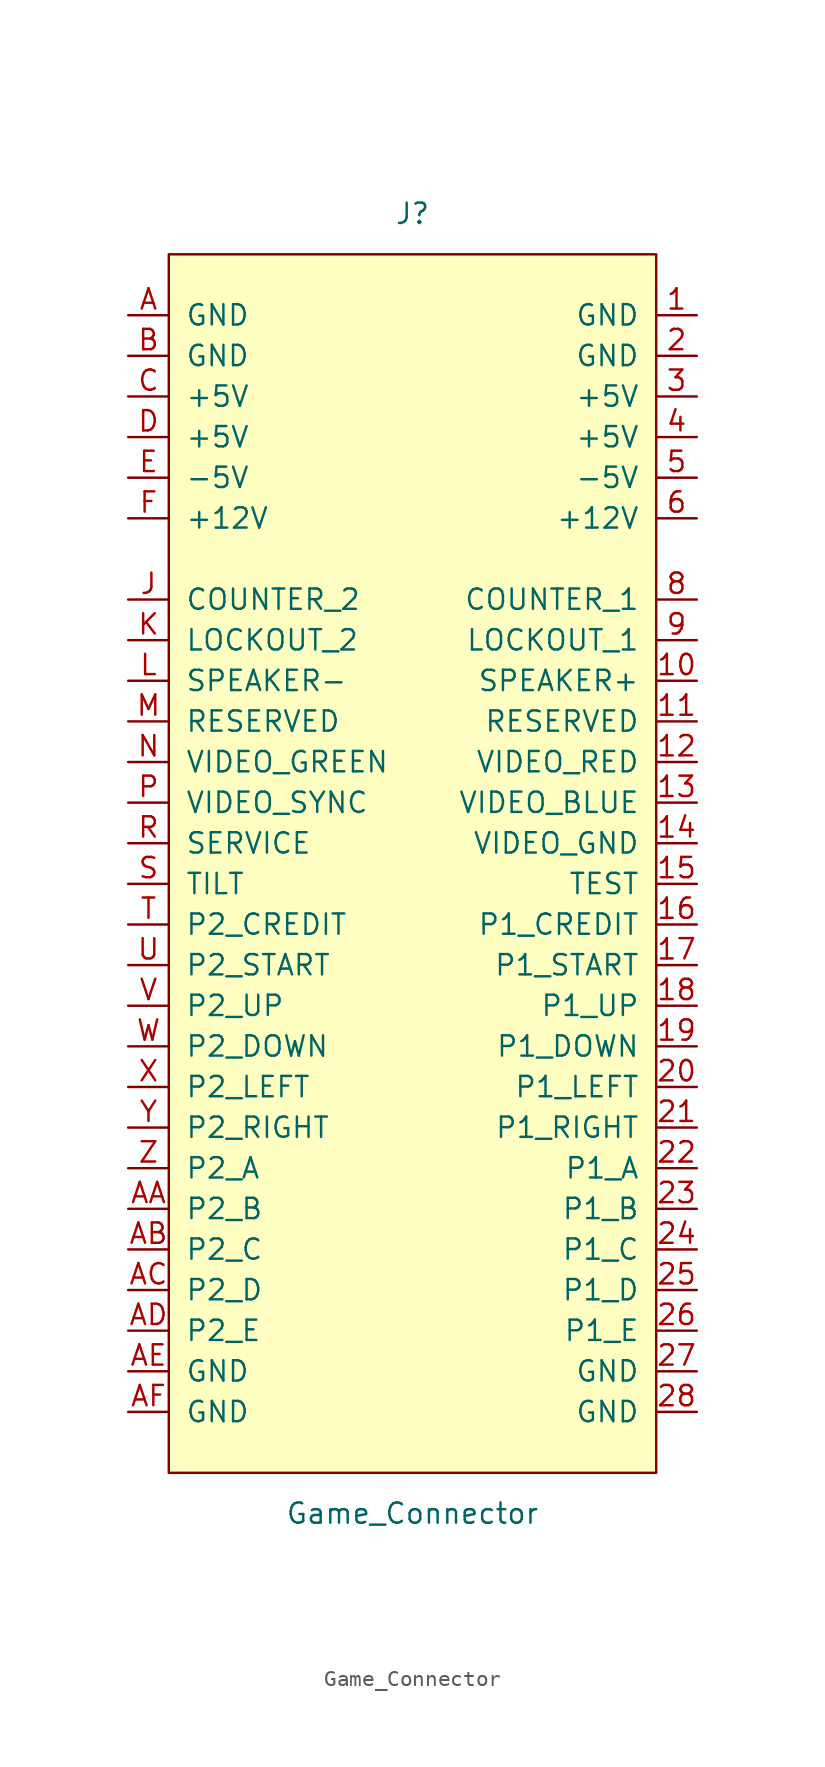
<source format=kicad_sym>
(kicad_symbol_lib
  (version 20211014)
  (generator kicad_symbol_editor)
  (symbol "Game_Connector"
    (pin_names
      (offset 1.016))
    (property "Reference" "J"
      (at 0 36.83 0)
      (effects (font (size 1.27 1.27))))
    (property "Value" "Game_Connector"
      (at 0 -44.45 0)
      (effects (font (size 1.27 1.27))))
    (symbol "Game_Connector_0_1"
      (rectangle (start -15.24 34.29) (end 15.24 -41.91) (stroke (width 0) (type default) (color 0 0 0 0)) (fill (type background))))
    (symbol "Game_Connector_1_1"
      (pin passive line (at 17.78 30.48 180) (length 2.54) (name "GND" (effects (font (size 1.27 1.27)))) (number "1" (effects (font (size 1.27 1.27)))))
      (pin passive line (at 17.78 7.62 180) (length 2.54) (name "SPEAKER+" (effects (font (size 1.27 1.27)))) (number "10" (effects (font (size 1.27 1.27)))))
      (pin passive line (at 17.78 5.08 180) (length 2.54) (name "RESERVED" (effects (font (size 1.27 1.27)))) (number "11" (effects (font (size 1.27 1.27)))))
      (pin passive line (at 17.78 2.54 180) (length 2.54) (name "VIDEO_RED" (effects (font (size 1.27 1.27)))) (number "12" (effects (font (size 1.27 1.27)))))
      (pin passive line (at 17.78 0 180) (length 2.54) (name "VIDEO_BLUE" (effects (font (size 1.27 1.27)))) (number "13" (effects (font (size 1.27 1.27)))))
      (pin passive line (at 17.78 -2.54 180) (length 2.54) (name "VIDEO_GND" (effects (font (size 1.27 1.27)))) (number "14" (effects (font (size 1.27 1.27)))))
      (pin passive line (at 17.78 -5.08 180) (length 2.54) (name "TEST" (effects (font (size 1.27 1.27)))) (number "15" (effects (font (size 1.27 1.27)))))
      (pin passive line (at 17.78 -7.62 180) (length 2.54) (name "P1_CREDIT" (effects (font (size 1.27 1.27)))) (number "16" (effects (font (size 1.27 1.27)))))
      (pin passive line (at 17.78 -10.16 180) (length 2.54) (name "P1_START" (effects (font (size 1.27 1.27)))) (number "17" (effects (font (size 1.27 1.27)))))
      (pin passive line (at 17.78 -12.7 180) (length 2.54) (name "P1_UP" (effects (font (size 1.27 1.27)))) (number "18" (effects (font (size 1.27 1.27)))))
      (pin passive line (at 17.78 -15.24 180) (length 2.54) (name "P1_DOWN" (effects (font (size 1.27 1.27)))) (number "19" (effects (font (size 1.27 1.27)))))
      (pin passive line (at 17.78 27.94 180) (length 2.54) (name "GND" (effects (font (size 1.27 1.27)))) (number "2" (effects (font (size 1.27 1.27)))))
      (pin passive line (at 17.78 -17.78 180) (length 2.54) (name "P1_LEFT" (effects (font (size 1.27 1.27)))) (number "20" (effects (font (size 1.27 1.27)))))
      (pin passive line (at 17.78 -20.32 180) (length 2.54) (name "P1_RIGHT" (effects (font (size 1.27 1.27)))) (number "21" (effects (font (size 1.27 1.27)))))
      (pin passive line (at 17.78 -22.86 180) (length 2.54) (name "P1_A" (effects (font (size 1.27 1.27)))) (number "22" (effects (font (size 1.27 1.27)))))
      (pin passive line (at 17.78 -25.4 180) (length 2.54) (name "P1_B" (effects (font (size 1.27 1.27)))) (number "23" (effects (font (size 1.27 1.27)))))
      (pin passive line (at 17.78 -27.94 180) (length 2.54) (name "P1_C" (effects (font (size 1.27 1.27)))) (number "24" (effects (font (size 1.27 1.27)))))
      (pin passive line (at 17.78 -30.48 180) (length 2.54) (name "P1_D" (effects (font (size 1.27 1.27)))) (number "25" (effects (font (size 1.27 1.27)))))
      (pin passive line (at 17.78 -33.02 180) (length 2.54) (name "P1_E" (effects (font (size 1.27 1.27)))) (number "26" (effects (font (size 1.27 1.27)))))
      (pin passive line (at 17.78 -35.56 180) (length 2.54) (name "GND" (effects (font (size 1.27 1.27)))) (number "27" (effects (font (size 1.27 1.27)))))
      (pin passive line (at 17.78 -38.1 180) (length 2.54) (name "GND" (effects (font (size 1.27 1.27)))) (number "28" (effects (font (size 1.27 1.27)))))
      (pin passive line (at 17.78 25.4 180) (length 2.54) (name "+5V" (effects (font (size 1.27 1.27)))) (number "3" (effects (font (size 1.27 1.27)))))
      (pin passive line (at 17.78 22.86 180) (length 2.54) (name "+5V" (effects (font (size 1.27 1.27)))) (number "4" (effects (font (size 1.27 1.27)))))
      (pin passive line (at 17.78 20.32 180) (length 2.54) (name "-5V" (effects (font (size 1.27 1.27)))) (number "5" (effects (font (size 1.27 1.27)))))
      (pin passive line (at 17.78 17.78 180) (length 2.54) (name "+12V" (effects (font (size 1.27 1.27)))) (number "6" (effects (font (size 1.27 1.27)))))
      (pin passive line (at 17.78 12.7 180) (length 2.54) (name "COUNTER_1" (effects (font (size 1.27 1.27)))) (number "8" (effects (font (size 1.27 1.27)))))
      (pin passive line (at 17.78 10.16 180) (length 2.54) (name "LOCKOUT_1" (effects (font (size 1.27 1.27)))) (number "9" (effects (font (size 1.27 1.27)))))
      (pin passive line (at -17.78 30.48 0) (length 2.54) (name "GND" (effects (font (size 1.27 1.27)))) (number "A" (effects (font (size 1.27 1.27)))))
      (pin passive line (at -17.78 -25.4 0) (length 2.54) (name "P2_B" (effects (font (size 1.27 1.27)))) (number "AA" (effects (font (size 1.27 1.27)))))
      (pin passive line (at -17.78 -27.94 0) (length 2.54) (name "P2_C" (effects (font (size 1.27 1.27)))) (number "AB" (effects (font (size 1.27 1.27)))))
      (pin passive line (at -17.78 -30.48 0) (length 2.54) (name "P2_D" (effects (font (size 1.27 1.27)))) (number "AC" (effects (font (size 1.27 1.27)))))
      (pin passive line (at -17.78 -33.02 0) (length 2.54) (name "P2_E" (effects (font (size 1.27 1.27)))) (number "AD" (effects (font (size 1.27 1.27)))))
      (pin passive line (at -17.78 -35.56 0) (length 2.54) (name "GND" (effects (font (size 1.27 1.27)))) (number "AE" (effects (font (size 1.27 1.27)))))
      (pin passive line (at -17.78 -38.1 0) (length 2.54) (name "GND" (effects (font (size 1.27 1.27)))) (number "AF" (effects (font (size 1.27 1.27)))))
      (pin passive line (at -17.78 27.94 0) (length 2.54) (name "GND" (effects (font (size 1.27 1.27)))) (number "B" (effects (font (size 1.27 1.27)))))
      (pin passive line (at -17.78 25.4 0) (length 2.54) (name "+5V" (effects (font (size 1.27 1.27)))) (number "C" (effects (font (size 1.27 1.27)))))
      (pin passive line (at -17.78 22.86 0) (length 2.54) (name "+5V" (effects (font (size 1.27 1.27)))) (number "D" (effects (font (size 1.27 1.27)))))
      (pin passive line (at -17.78 20.32 0) (length 2.54) (name "-5V" (effects (font (size 1.27 1.27)))) (number "E" (effects (font (size 1.27 1.27)))))
      (pin passive line (at -17.78 17.78 0) (length 2.54) (name "+12V" (effects (font (size 1.27 1.27)))) (number "F" (effects (font (size 1.27 1.27)))))
      (pin passive line (at -17.78 12.7 0) (length 2.54) (name "COUNTER_2" (effects (font (size 1.27 1.27)))) (number "J" (effects (font (size 1.27 1.27)))))
      (pin passive line (at -17.78 10.16 0) (length 2.54) (name "LOCKOUT_2" (effects (font (size 1.27 1.27)))) (number "K" (effects (font (size 1.27 1.27)))))
      (pin passive line (at -17.78 7.62 0) (length 2.54) (name "SPEAKER-" (effects (font (size 1.27 1.27)))) (number "L" (effects (font (size 1.27 1.27)))))
      (pin passive line (at -17.78 5.08 0) (length 2.54) (name "RESERVED" (effects (font (size 1.27 1.27)))) (number "M" (effects (font (size 1.27 1.27)))))
      (pin passive line (at -17.78 2.54 0) (length 2.54) (name "VIDEO_GREEN" (effects (font (size 1.27 1.27)))) (number "N" (effects (font (size 1.27 1.27)))))
      (pin passive line (at -17.78 0 0) (length 2.54) (name "VIDEO_SYNC" (effects (font (size 1.27 1.27)))) (number "P" (effects (font (size 1.27 1.27)))))
      (pin passive line (at -17.78 -2.54 0) (length 2.54) (name "SERVICE" (effects (font (size 1.27 1.27)))) (number "R" (effects (font (size 1.27 1.27)))))
      (pin passive line (at -17.78 -5.08 0) (length 2.54) (name "TILT" (effects (font (size 1.27 1.27)))) (number "S" (effects (font (size 1.27 1.27)))))
      (pin passive line (at -17.78 -7.62 0) (length 2.54) (name "P2_CREDIT" (effects (font (size 1.27 1.27)))) (number "T" (effects (font (size 1.27 1.27)))))
      (pin passive line (at -17.78 -10.16 0) (length 2.54) (name "P2_START" (effects (font (size 1.27 1.27)))) (number "U" (effects (font (size 1.27 1.27)))))
      (pin passive line (at -17.78 -12.7 0) (length 2.54) (name "P2_UP" (effects (font (size 1.27 1.27)))) (number "V" (effects (font (size 1.27 1.27)))))
      (pin passive line (at -17.78 -15.24 0) (length 2.54) (name "P2_DOWN" (effects (font (size 1.27 1.27)))) (number "W" (effects (font (size 1.27 1.27)))))
      (pin passive line (at -17.78 -17.78 0) (length 2.54) (name "P2_LEFT" (effects (font (size 1.27 1.27)))) (number "X" (effects (font (size 1.27 1.27)))))
      (pin passive line (at -17.78 -20.32 0) (length 2.54) (name "P2_RIGHT" (effects (font (size 1.27 1.27)))) (number "Y" (effects (font (size 1.27 1.27)))))
      (pin passive line (at -17.78 -22.86 0) (length 2.54) (name "P2_A" (effects (font (size 1.27 1.27)))) (number "Z" (effects (font (size 1.27 1.27))))))))
</source>
